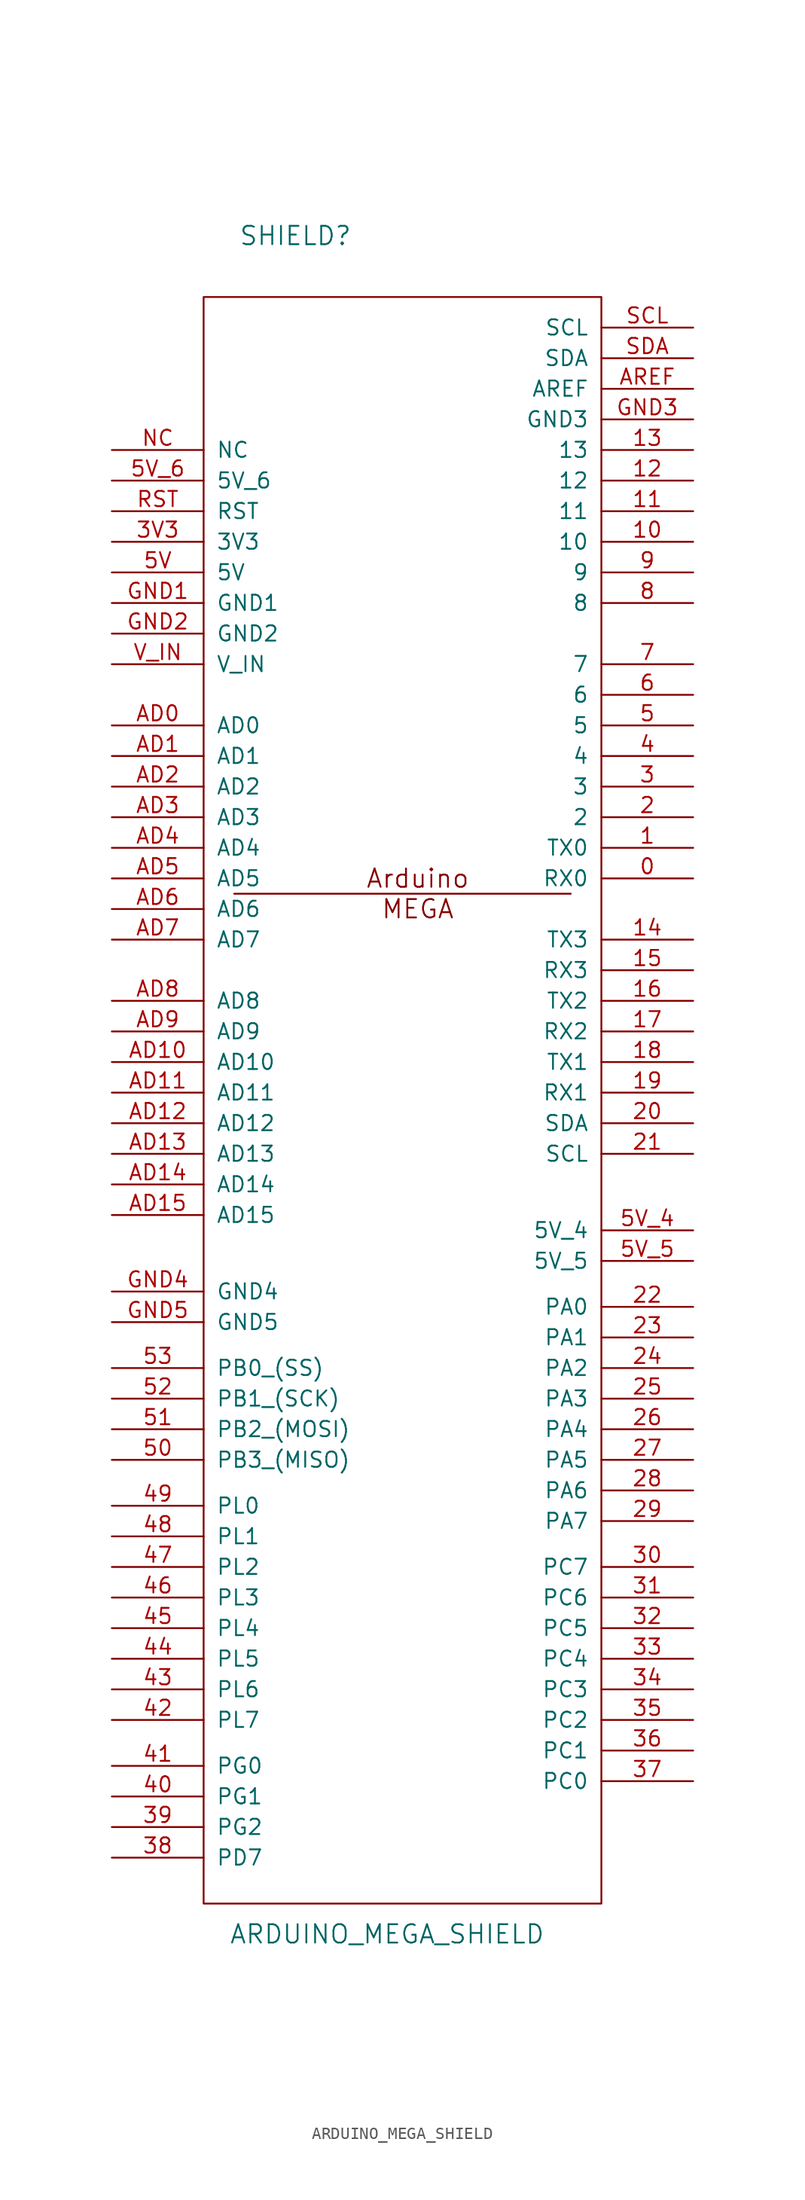
<source format=kicad_sym>
(kicad_symbol_lib
  (version 20211014)
  (generator kicad_symbol_editor)
  (symbol "ARDUINO_MEGA_SHIELD"
    (pin_names
      (offset 1.016))
    (property "Reference" "SHIELD"
      (at -10.16 72.39 0)
      (effects (font (size 1.524 1.524))))
    (property "Value" "ARDUINO_MEGA_SHIELD"
      (at -2.54 -68.58 0)
      (effects (font (size 1.524 1.524))))
    (symbol "ARDUINO_MEGA_SHIELD_0_0"
      (text "Arduino" (at 0 19.05 0) (effects (font (size 1.524 1.524))))
      (text "MEGA" (at 0 16.51 0) (effects (font (size 1.524 1.524)))))
    (symbol "ARDUINO_MEGA_SHIELD_0_1"
      (rectangle (start -17.78 67.31) (end 15.24 -66.04) (stroke (width 0) (type default) (color 0 0 0 0)) (fill (type none)))
      (polyline (pts (xy -15.24 17.78) (xy 12.7 17.78) (xy 12.7 17.78)) (stroke (width 0) (type default) (color 0 0 0 0)) (fill (type none))))
    (symbol "ARDUINO_MEGA_SHIELD_1_1"
      (pin bidirectional line (at 22.86 19.05 180) (length 7.62) (name "RX0" (effects (font (size 1.27 1.27)))) (number "0" (effects (font (size 1.27 1.27)))))
      (pin bidirectional line (at 22.86 21.59 180) (length 7.62) (name "TX0" (effects (font (size 1.27 1.27)))) (number "1" (effects (font (size 1.27 1.27)))))
      (pin bidirectional line (at 22.86 46.99 180) (length 7.62) (name "10" (effects (font (size 1.27 1.27)))) (number "10" (effects (font (size 1.27 1.27)))))
      (pin bidirectional line (at 22.86 49.53 180) (length 7.62) (name "11" (effects (font (size 1.27 1.27)))) (number "11" (effects (font (size 1.27 1.27)))))
      (pin bidirectional line (at 22.86 52.07 180) (length 7.62) (name "12" (effects (font (size 1.27 1.27)))) (number "12" (effects (font (size 1.27 1.27)))))
      (pin bidirectional line (at 22.86 54.61 180) (length 7.62) (name "13" (effects (font (size 1.27 1.27)))) (number "13" (effects (font (size 1.27 1.27)))))
      (pin bidirectional line (at 22.86 13.97 180) (length 7.62) (name "TX3" (effects (font (size 1.27 1.27)))) (number "14" (effects (font (size 1.27 1.27)))))
      (pin bidirectional line (at 22.86 11.43 180) (length 7.62) (name "RX3" (effects (font (size 1.27 1.27)))) (number "15" (effects (font (size 1.27 1.27)))))
      (pin bidirectional line (at 22.86 8.89 180) (length 7.62) (name "TX2" (effects (font (size 1.27 1.27)))) (number "16" (effects (font (size 1.27 1.27)))))
      (pin bidirectional line (at 22.86 6.35 180) (length 7.62) (name "RX2" (effects (font (size 1.27 1.27)))) (number "17" (effects (font (size 1.27 1.27)))))
      (pin bidirectional line (at 22.86 3.81 180) (length 7.62) (name "TX1" (effects (font (size 1.27 1.27)))) (number "18" (effects (font (size 1.27 1.27)))))
      (pin bidirectional line (at 22.86 1.27 180) (length 7.62) (name "RX1" (effects (font (size 1.27 1.27)))) (number "19" (effects (font (size 1.27 1.27)))))
      (pin bidirectional line (at 22.86 24.13 180) (length 7.62) (name "2" (effects (font (size 1.27 1.27)))) (number "2" (effects (font (size 1.27 1.27)))))
      (pin bidirectional line (at 22.86 -1.27 180) (length 7.62) (name "SDA" (effects (font (size 1.27 1.27)))) (number "20" (effects (font (size 1.27 1.27)))))
      (pin bidirectional line (at 22.86 -3.81 180) (length 7.62) (name "SCL" (effects (font (size 1.27 1.27)))) (number "21" (effects (font (size 1.27 1.27)))))
      (pin bidirectional line (at 22.86 -16.51 180) (length 7.62) (name "PA0" (effects (font (size 1.27 1.27)))) (number "22" (effects (font (size 1.27 1.27)))))
      (pin bidirectional line (at 22.86 -19.05 180) (length 7.62) (name "PA1" (effects (font (size 1.27 1.27)))) (number "23" (effects (font (size 1.27 1.27)))))
      (pin bidirectional line (at 22.86 -21.59 180) (length 7.62) (name "PA2" (effects (font (size 1.27 1.27)))) (number "24" (effects (font (size 1.27 1.27)))))
      (pin bidirectional line (at 22.86 -24.13 180) (length 7.62) (name "PA3" (effects (font (size 1.27 1.27)))) (number "25" (effects (font (size 1.27 1.27)))))
      (pin bidirectional line (at 22.86 -26.67 180) (length 7.62) (name "PA4" (effects (font (size 1.27 1.27)))) (number "26" (effects (font (size 1.27 1.27)))))
      (pin bidirectional line (at 22.86 -29.21 180) (length 7.62) (name "PA5" (effects (font (size 1.27 1.27)))) (number "27" (effects (font (size 1.27 1.27)))))
      (pin bidirectional line (at 22.86 -31.75 180) (length 7.62) (name "PA6" (effects (font (size 1.27 1.27)))) (number "28" (effects (font (size 1.27 1.27)))))
      (pin bidirectional line (at 22.86 -34.29 180) (length 7.62) (name "PA7" (effects (font (size 1.27 1.27)))) (number "29" (effects (font (size 1.27 1.27)))))
      (pin bidirectional line (at 22.86 26.67 180) (length 7.62) (name "3" (effects (font (size 1.27 1.27)))) (number "3" (effects (font (size 1.27 1.27)))))
      (pin bidirectional line (at 22.86 -38.1 180) (length 7.62) (name "PC7" (effects (font (size 1.27 1.27)))) (number "30" (effects (font (size 1.27 1.27)))))
      (pin bidirectional line (at 22.86 -40.64 180) (length 7.62) (name "PC6" (effects (font (size 1.27 1.27)))) (number "31" (effects (font (size 1.27 1.27)))))
      (pin bidirectional line (at 22.86 -43.18 180) (length 7.62) (name "PC5" (effects (font (size 1.27 1.27)))) (number "32" (effects (font (size 1.27 1.27)))))
      (pin bidirectional line (at 22.86 -45.72 180) (length 7.62) (name "PC4" (effects (font (size 1.27 1.27)))) (number "33" (effects (font (size 1.27 1.27)))))
      (pin bidirectional line (at 22.86 -48.26 180) (length 7.62) (name "PC3" (effects (font (size 1.27 1.27)))) (number "34" (effects (font (size 1.27 1.27)))))
      (pin bidirectional line (at 22.86 -50.8 180) (length 7.62) (name "PC2" (effects (font (size 1.27 1.27)))) (number "35" (effects (font (size 1.27 1.27)))))
      (pin bidirectional line (at 22.86 -53.34 180) (length 7.62) (name "PC1" (effects (font (size 1.27 1.27)))) (number "36" (effects (font (size 1.27 1.27)))))
      (pin bidirectional line (at 22.86 -55.88 180) (length 7.62) (name "PC0" (effects (font (size 1.27 1.27)))) (number "37" (effects (font (size 1.27 1.27)))))
      (pin bidirectional line (at -25.4 -62.23 0) (length 7.62) (name "PD7" (effects (font (size 1.27 1.27)))) (number "38" (effects (font (size 1.27 1.27)))))
      (pin bidirectional line (at -25.4 -59.69 0) (length 7.62) (name "PG2" (effects (font (size 1.27 1.27)))) (number "39" (effects (font (size 1.27 1.27)))))
      (pin power_in line (at -25.4 46.99 0) (length 7.62) (name "3V3" (effects (font (size 1.27 1.27)))) (number "3V3" (effects (font (size 1.27 1.27)))))
      (pin bidirectional line (at 22.86 29.21 180) (length 7.62) (name "4" (effects (font (size 1.27 1.27)))) (number "4" (effects (font (size 1.27 1.27)))))
      (pin bidirectional line (at -25.4 -57.15 0) (length 7.62) (name "PG1" (effects (font (size 1.27 1.27)))) (number "40" (effects (font (size 1.27 1.27)))))
      (pin bidirectional line (at -25.4 -54.61 0) (length 7.62) (name "PG0" (effects (font (size 1.27 1.27)))) (number "41" (effects (font (size 1.27 1.27)))))
      (pin bidirectional line (at -25.4 -50.8 0) (length 7.62) (name "PL7" (effects (font (size 1.27 1.27)))) (number "42" (effects (font (size 1.27 1.27)))))
      (pin bidirectional line (at -25.4 -48.26 0) (length 7.62) (name "PL6" (effects (font (size 1.27 1.27)))) (number "43" (effects (font (size 1.27 1.27)))))
      (pin bidirectional line (at -25.4 -45.72 0) (length 7.62) (name "PL5" (effects (font (size 1.27 1.27)))) (number "44" (effects (font (size 1.27 1.27)))))
      (pin bidirectional line (at -25.4 -43.18 0) (length 7.62) (name "PL4" (effects (font (size 1.27 1.27)))) (number "45" (effects (font (size 1.27 1.27)))))
      (pin bidirectional line (at -25.4 -40.64 0) (length 7.62) (name "PL3" (effects (font (size 1.27 1.27)))) (number "46" (effects (font (size 1.27 1.27)))))
      (pin bidirectional line (at -25.4 -38.1 0) (length 7.62) (name "PL2" (effects (font (size 1.27 1.27)))) (number "47" (effects (font (size 1.27 1.27)))))
      (pin bidirectional line (at -25.4 -35.56 0) (length 7.62) (name "PL1" (effects (font (size 1.27 1.27)))) (number "48" (effects (font (size 1.27 1.27)))))
      (pin bidirectional line (at -25.4 -33.02 0) (length 7.62) (name "PL0" (effects (font (size 1.27 1.27)))) (number "49" (effects (font (size 1.27 1.27)))))
      (pin bidirectional line (at 22.86 31.75 180) (length 7.62) (name "5" (effects (font (size 1.27 1.27)))) (number "5" (effects (font (size 1.27 1.27)))))
      (pin bidirectional line (at -25.4 -29.21 0) (length 7.62) (name "PB3_(MISO)" (effects (font (size 1.27 1.27)))) (number "50" (effects (font (size 1.27 1.27)))))
      (pin bidirectional line (at -25.4 -26.67 0) (length 7.62) (name "PB2_(MOSI)" (effects (font (size 1.27 1.27)))) (number "51" (effects (font (size 1.27 1.27)))))
      (pin bidirectional line (at -25.4 -24.13 0) (length 7.62) (name "PB1_(SCK)" (effects (font (size 1.27 1.27)))) (number "52" (effects (font (size 1.27 1.27)))))
      (pin bidirectional line (at -25.4 -21.59 0) (length 7.62) (name "PB0_(SS)" (effects (font (size 1.27 1.27)))) (number "53" (effects (font (size 1.27 1.27)))))
      (pin power_in line (at -25.4 44.45 0) (length 7.62) (name "5V" (effects (font (size 1.27 1.27)))) (number "5V" (effects (font (size 1.27 1.27)))))
      (pin power_in line (at 22.86 -10.16 180) (length 7.62) (name "5V_4" (effects (font (size 1.27 1.27)))) (number "5V_4" (effects (font (size 1.27 1.27)))))
      (pin power_in line (at 22.86 -12.7 180) (length 7.62) (name "5V_5" (effects (font (size 1.27 1.27)))) (number "5V_5" (effects (font (size 1.27 1.27)))))
      (pin power_in line (at -25.4 52.07 0) (length 7.62) (name "5V_6" (effects (font (size 1.27 1.27)))) (number "5V_6" (effects (font (size 1.27 1.27)))))
      (pin bidirectional line (at 22.86 34.29 180) (length 7.62) (name "6" (effects (font (size 1.27 1.27)))) (number "6" (effects (font (size 1.27 1.27)))))
      (pin bidirectional line (at 22.86 36.83 180) (length 7.62) (name "7" (effects (font (size 1.27 1.27)))) (number "7" (effects (font (size 1.27 1.27)))))
      (pin bidirectional line (at 22.86 41.91 180) (length 7.62) (name "8" (effects (font (size 1.27 1.27)))) (number "8" (effects (font (size 1.27 1.27)))))
      (pin bidirectional line (at 22.86 44.45 180) (length 7.62) (name "9" (effects (font (size 1.27 1.27)))) (number "9" (effects (font (size 1.27 1.27)))))
      (pin bidirectional line (at -25.4 31.75 0) (length 7.62) (name "AD0" (effects (font (size 1.27 1.27)))) (number "AD0" (effects (font (size 1.27 1.27)))))
      (pin bidirectional line (at -25.4 29.21 0) (length 7.62) (name "AD1" (effects (font (size 1.27 1.27)))) (number "AD1" (effects (font (size 1.27 1.27)))))
      (pin bidirectional line (at -25.4 3.81 0) (length 7.62) (name "AD10" (effects (font (size 1.27 1.27)))) (number "AD10" (effects (font (size 1.27 1.27)))))
      (pin bidirectional line (at -25.4 1.27 0) (length 7.62) (name "AD11" (effects (font (size 1.27 1.27)))) (number "AD11" (effects (font (size 1.27 1.27)))))
      (pin bidirectional line (at -25.4 -1.27 0) (length 7.62) (name "AD12" (effects (font (size 1.27 1.27)))) (number "AD12" (effects (font (size 1.27 1.27)))))
      (pin bidirectional line (at -25.4 -3.81 0) (length 7.62) (name "AD13" (effects (font (size 1.27 1.27)))) (number "AD13" (effects (font (size 1.27 1.27)))))
      (pin bidirectional line (at -25.4 -6.35 0) (length 7.62) (name "AD14" (effects (font (size 1.27 1.27)))) (number "AD14" (effects (font (size 1.27 1.27)))))
      (pin bidirectional line (at -25.4 -8.89 0) (length 7.62) (name "AD15" (effects (font (size 1.27 1.27)))) (number "AD15" (effects (font (size 1.27 1.27)))))
      (pin bidirectional line (at -25.4 26.67 0) (length 7.62) (name "AD2" (effects (font (size 1.27 1.27)))) (number "AD2" (effects (font (size 1.27 1.27)))))
      (pin bidirectional line (at -25.4 24.13 0) (length 7.62) (name "AD3" (effects (font (size 1.27 1.27)))) (number "AD3" (effects (font (size 1.27 1.27)))))
      (pin bidirectional line (at -25.4 21.59 0) (length 7.62) (name "AD4" (effects (font (size 1.27 1.27)))) (number "AD4" (effects (font (size 1.27 1.27)))))
      (pin bidirectional line (at -25.4 19.05 0) (length 7.62) (name "AD5" (effects (font (size 1.27 1.27)))) (number "AD5" (effects (font (size 1.27 1.27)))))
      (pin bidirectional line (at -25.4 16.51 0) (length 7.62) (name "AD6" (effects (font (size 1.27 1.27)))) (number "AD6" (effects (font (size 1.27 1.27)))))
      (pin bidirectional line (at -25.4 13.97 0) (length 7.62) (name "AD7" (effects (font (size 1.27 1.27)))) (number "AD7" (effects (font (size 1.27 1.27)))))
      (pin bidirectional line (at -25.4 8.89 0) (length 7.62) (name "AD8" (effects (font (size 1.27 1.27)))) (number "AD8" (effects (font (size 1.27 1.27)))))
      (pin bidirectional line (at -25.4 6.35 0) (length 7.62) (name "AD9" (effects (font (size 1.27 1.27)))) (number "AD9" (effects (font (size 1.27 1.27)))))
      (pin power_in line (at 22.86 59.69 180) (length 7.62) (name "AREF" (effects (font (size 1.27 1.27)))) (number "AREF" (effects (font (size 1.27 1.27)))))
      (pin power_in line (at -25.4 41.91 0) (length 7.62) (name "GND1" (effects (font (size 1.27 1.27)))) (number "GND1" (effects (font (size 1.27 1.27)))))
      (pin power_in line (at -25.4 39.37 0) (length 7.62) (name "GND2" (effects (font (size 1.27 1.27)))) (number "GND2" (effects (font (size 1.27 1.27)))))
      (pin power_in line (at 22.86 57.15 180) (length 7.62) (name "GND3" (effects (font (size 1.27 1.27)))) (number "GND3" (effects (font (size 1.27 1.27)))))
      (pin power_in line (at -25.4 -15.24 0) (length 7.62) (name "GND4" (effects (font (size 1.27 1.27)))) (number "GND4" (effects (font (size 1.27 1.27)))))
      (pin power_in line (at -25.4 -17.78 0) (length 7.62) (name "GND5" (effects (font (size 1.27 1.27)))) (number "GND5" (effects (font (size 1.27 1.27)))))
      (pin free line (at -25.4 54.61 0) (length 7.62) (name "NC" (effects (font (size 1.27 1.27)))) (number "NC" (effects (font (size 1.27 1.27)))))
      (pin input line (at -25.4 49.53 0) (length 7.62) (name "RST" (effects (font (size 1.27 1.27)))) (number "RST" (effects (font (size 1.27 1.27)))))
      (pin bidirectional line (at 22.86 64.77 180) (length 7.62) (name "SCL" (effects (font (size 1.27 1.27)))) (number "SCL" (effects (font (size 1.27 1.27)))))
      (pin bidirectional line (at 22.86 62.23 180) (length 7.62) (name "SDA" (effects (font (size 1.27 1.27)))) (number "SDA" (effects (font (size 1.27 1.27)))))
      (pin power_in line (at -25.4 36.83 0) (length 7.62) (name "V_IN" (effects (font (size 1.27 1.27)))) (number "V_IN" (effects (font (size 1.27 1.27))))))))
</source>
